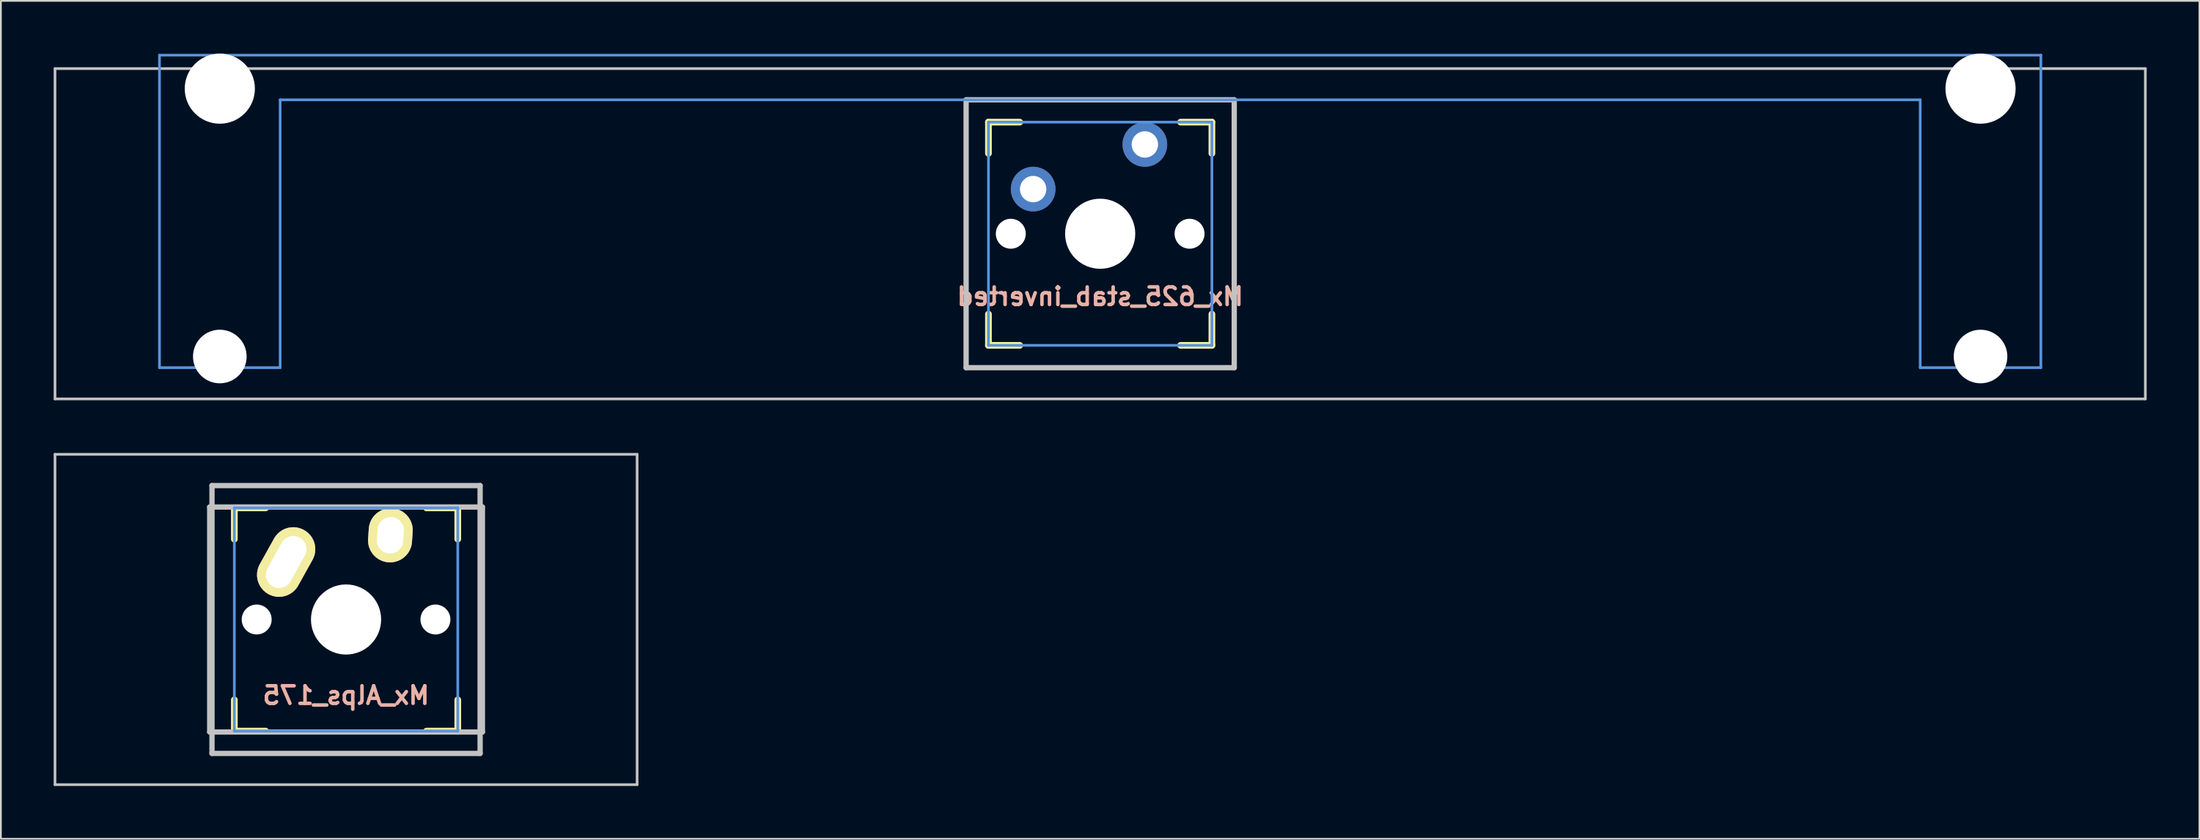
<source format=kicad_pcb>
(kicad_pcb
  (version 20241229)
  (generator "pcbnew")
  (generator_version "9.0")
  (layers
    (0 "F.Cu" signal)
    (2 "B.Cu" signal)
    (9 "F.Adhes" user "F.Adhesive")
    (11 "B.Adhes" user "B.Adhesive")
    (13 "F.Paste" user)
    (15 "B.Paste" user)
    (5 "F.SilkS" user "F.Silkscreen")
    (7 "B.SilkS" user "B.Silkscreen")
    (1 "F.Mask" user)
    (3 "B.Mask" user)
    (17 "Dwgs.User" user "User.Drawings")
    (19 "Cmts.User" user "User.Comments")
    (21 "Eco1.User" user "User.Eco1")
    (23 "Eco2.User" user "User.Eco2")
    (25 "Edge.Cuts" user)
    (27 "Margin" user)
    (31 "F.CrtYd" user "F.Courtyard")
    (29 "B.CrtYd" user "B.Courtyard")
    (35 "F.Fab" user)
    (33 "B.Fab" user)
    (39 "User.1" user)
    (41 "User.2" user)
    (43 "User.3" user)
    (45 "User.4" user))
  (footprint "Mx_Alps_175"
    (layer "F.Cu")
    (at 16.619 32.197)
    (property "Reference" "Mx_Alps_175" (at 0 4.318 0) (layer "B.SilkS") (effects (font (size 1 1) (thickness 0.2)) (justify mirror)))
    (attr through_hole)
    (fp_line (start -6.35 -6.35) (end -4.572 -6.35) (stroke (width 0.381) (type solid)) (layer "F.SilkS"))
    (fp_line (start -6.35 -4.572) (end -6.35 -6.35) (stroke (width 0.381) (type solid)) (layer "F.SilkS"))
    (fp_line (start -6.35 6.35) (end -6.35 4.572) (stroke (width 0.381) (type solid)) (layer "F.SilkS"))
    (fp_line (start -4.572 6.35) (end -6.35 6.35) (stroke (width 0.381) (type solid)) (layer "F.SilkS"))
    (fp_line (start 4.572 -6.35) (end 6.35 -6.35) (stroke (width 0.381) (type solid)) (layer "F.SilkS"))
    (fp_line (start 6.35 -6.35) (end 6.35 -4.572) (stroke (width 0.381) (type solid)) (layer "F.SilkS"))
    (fp_line (start 6.35 4.572) (end 6.35 6.35) (stroke (width 0.381) (type solid)) (layer "F.SilkS"))
    (fp_line (start 6.35 6.35) (end 4.572 6.35) (stroke (width 0.381) (type solid)) (layer "F.SilkS"))
    (fp_line (start -16.543 -9.398) (end 16.543 -9.398) (stroke (width 0.152) (type solid)) (layer "Dwgs.User"))
    (fp_line (start -16.543 9.398) (end -16.543 -9.398) (stroke (width 0.152) (type solid)) (layer "Dwgs.User"))
    (fp_line (start -7.75 6.4) (end -7.75 -6.4) (stroke (width 0.3) (type solid)) (layer "Dwgs.User"))
    (fp_line (start -7.75 6.4) (end 7.75 6.4) (stroke (width 0.3) (type solid)) (layer "Dwgs.User"))
    (fp_line (start -7.62 -7.62) (end 7.62 -7.62) (stroke (width 0.3) (type solid)) (layer "Dwgs.User"))
    (fp_line (start -7.62 7.62) (end -7.62 -7.62) (stroke (width 0.3) (type solid)) (layer "Dwgs.User"))
    (fp_line (start 7.62 -7.62) (end 7.62 7.62) (stroke (width 0.3) (type solid)) (layer "Dwgs.User"))
    (fp_line (start 7.62 7.62) (end -7.62 7.62) (stroke (width 0.3) (type solid)) (layer "Dwgs.User"))
    (fp_line (start 7.75 -6.4) (end -7.75 -6.4) (stroke (width 0.3) (type solid)) (layer "Dwgs.User"))
    (fp_line (start 7.75 6.4) (end 7.75 -6.4) (stroke (width 0.3) (type solid)) (layer "Dwgs.User"))
    (fp_line (start 16.543 -9.398) (end 16.543 9.398) (stroke (width 0.152) (type solid)) (layer "Dwgs.User"))
    (fp_line (start 16.543 9.398) (end -16.543 9.398) (stroke (width 0.152) (type solid)) (layer "Dwgs.User"))
    (fp_line (start -6.35 -6.35) (end 6.35 -6.35) (stroke (width 0.152) (type solid)) (layer "Cmts.User"))
    (fp_line (start -6.35 6.35) (end -6.35 -6.35) (stroke (width 0.152) (type solid)) (layer "Cmts.User"))
    (fp_line (start 6.35 -6.35) (end 6.35 6.35) (stroke (width 0.152) (type solid)) (layer "Cmts.User"))
    (fp_line (start 6.35 6.35) (end -6.35 6.35) (stroke (width 0.152) (type solid)) (layer "Cmts.User"))
    (fp_line (start -6.985 -6.985) (end 6.985 -6.985) (stroke (width 0.152) (type solid)) (layer "Eco2.User"))
    (fp_line (start -6.985 6.985) (end -6.985 -6.985) (stroke (width 0.152) (type solid)) (layer "Eco2.User"))
    (fp_line (start 6.985 -6.985) (end 6.985 6.985) (stroke (width 0.152) (type solid)) (layer "Eco2.User"))
    (fp_line (start 6.985 6.985) (end -6.985 6.985) (stroke (width 0.152) (type solid)) (layer "Eco2.User"))
    (pad "" np_thru_hole circle (at -5.08 0) (size 1.702 1.702) (drill 1.702) (layers "*.Cu" "*.Mask"))
    (pad "" np_thru_hole circle (at 0 0) (size 3.988 3.988) (drill 3.988) (layers "*.Cu" "*.Mask"))
    (pad "" np_thru_hole circle (at 5.08 0) (size 1.702 1.702) (drill 1.702) (layers "*.Cu" "*.Mask"))
    (pad "1" thru_hole oval (at -3.405 -3.27 330.95) (size 2.5 4.17) (drill oval 1.5 3.17) (layers "*.Cu" "*.Mask" "F.SilkS"))
    (pad "2" thru_hole oval (at 2.52 -4.79 356.1) (size 2.5 3.08) (drill oval 1.5 2.08) (layers "*.Cu" "*.Mask" "F.SilkS")))
  (footprint "Mx_625_stab_inverted"
    (layer "F.Cu")
    (at 59.482 10.249)
    (property "Reference" "Mx_625_stab_inverted" (at 0 3.572 180) (layer "B.SilkS") (effects (font (size 1 1) (thickness 0.2)) (justify mirror)))
    (attr through_hole)
    (fp_line (start -6.35 -6.35) (end -4.572 -6.35) (stroke (width 0.381) (type solid)) (layer "F.SilkS"))
    (fp_line (start -6.35 -4.572) (end -6.35 -6.35) (stroke (width 0.381) (type solid)) (layer "F.SilkS"))
    (fp_line (start -6.35 6.35) (end -6.35 4.572) (stroke (width 0.381) (type solid)) (layer "F.SilkS"))
    (fp_line (start -4.572 6.35) (end -6.35 6.35) (stroke (width 0.381) (type solid)) (layer "F.SilkS"))
    (fp_line (start 4.572 -6.35) (end 6.35 -6.35) (stroke (width 0.381) (type solid)) (layer "F.SilkS"))
    (fp_line (start 6.35 -6.35) (end 6.35 -4.572) (stroke (width 0.381) (type solid)) (layer "F.SilkS"))
    (fp_line (start 6.35 4.572) (end 6.35 6.35) (stroke (width 0.381) (type solid)) (layer "F.SilkS"))
    (fp_line (start 6.35 6.35) (end 4.572 6.35) (stroke (width 0.381) (type solid)) (layer "F.SilkS"))
    (fp_line (start -59.406 -9.398) (end 59.406 -9.398) (stroke (width 0.152) (type solid)) (layer "Dwgs.User"))
    (fp_line (start -59.406 9.398) (end -59.406 -9.398) (stroke (width 0.152) (type solid)) (layer "Dwgs.User"))
    (fp_line (start -7.62 -7.62) (end 7.62 -7.62) (stroke (width 0.3) (type solid)) (layer "Dwgs.User"))
    (fp_line (start -7.62 7.62) (end -7.62 -7.62) (stroke (width 0.3) (type solid)) (layer "Dwgs.User"))
    (fp_line (start 7.62 -7.62) (end 7.62 7.62) (stroke (width 0.3) (type solid)) (layer "Dwgs.User"))
    (fp_line (start 7.62 7.62) (end -7.62 7.62) (stroke (width 0.3) (type solid)) (layer "Dwgs.User"))
    (fp_line (start 59.406 -9.398) (end 59.406 9.398) (stroke (width 0.152) (type solid)) (layer "Dwgs.User"))
    (fp_line (start 59.406 9.398) (end -59.406 9.398) (stroke (width 0.152) (type solid)) (layer "Dwgs.User"))
    (fp_line (start -53.467 -10.16) (end -53.467 7.62) (stroke (width 0.152) (type solid)) (layer "Cmts.User"))
    (fp_line (start -53.467 7.62) (end -46.609 7.62) (stroke (width 0.152) (type solid)) (layer "Cmts.User"))
    (fp_line (start -46.609 -7.62) (end 46.609 -7.62) (stroke (width 0.152) (type solid)) (layer "Cmts.User"))
    (fp_line (start -46.609 7.62) (end -46.609 -7.62) (stroke (width 0.152) (type solid)) (layer "Cmts.User"))
    (fp_line (start -6.35 -6.35) (end 6.35 -6.35) (stroke (width 0.152) (type solid)) (layer "Cmts.User"))
    (fp_line (start -6.35 6.35) (end -6.35 -6.35) (stroke (width 0.152) (type solid)) (layer "Cmts.User"))
    (fp_line (start 6.35 -6.35) (end 6.35 6.35) (stroke (width 0.152) (type solid)) (layer "Cmts.User"))
    (fp_line (start 6.35 6.35) (end -6.35 6.35) (stroke (width 0.152) (type solid)) (layer "Cmts.User"))
    (fp_line (start 46.609 -7.62) (end 46.609 7.62) (stroke (width 0.152) (type solid)) (layer "Cmts.User"))
    (fp_line (start 46.609 7.62) (end 53.467 7.62) (stroke (width 0.152) (type solid)) (layer "Cmts.User"))
    (fp_line (start 53.467 -10.16) (end -53.467 -10.16) (stroke (width 0.152) (type solid)) (layer "Cmts.User"))
    (fp_line (start 53.467 7.62) (end 53.467 -10.16) (stroke (width 0.152) (type solid)) (layer "Cmts.User"))
    (fp_line (start -54.229 -0.508) (end -53.365 -0.508) (stroke (width 0.152) (type solid)) (layer "Eco2.User"))
    (fp_line (start -54.229 2.286) (end -54.229 -0.508) (stroke (width 0.152) (type solid)) (layer "Eco2.User"))
    (fp_line (start -53.365 -6.604) (end -52.324 -6.604) (stroke (width 0.152) (type solid)) (layer "Eco2.User"))
    (fp_line (start -53.365 -0.508) (end -53.365 -6.604) (stroke (width 0.152) (type solid)) (layer "Eco2.User"))
    (fp_line (start -53.365 2.286) (end -54.229 2.286) (stroke (width 0.152) (type solid)) (layer "Eco2.User"))
    (fp_line (start -53.365 5.69) (end -53.365 2.286) (stroke (width 0.152) (type solid)) (layer "Eco2.User"))
    (fp_line (start -52.324 -7.772) (end -47.752 -7.772) (stroke (width 0.152) (type solid)) (layer "Eco2.User"))
    (fp_line (start -52.324 -6.604) (end -52.324 -7.772) (stroke (width 0.152) (type solid)) (layer "Eco2.User"))
    (fp_line (start -47.752 -7.772) (end -47.752 -6.604) (stroke (width 0.152) (type solid)) (layer "Eco2.User"))
    (fp_line (start -47.752 -6.604) (end -46.711 -6.604) (stroke (width 0.152) (type solid)) (layer "Eco2.User"))
    (fp_line (start -46.711 -6.604) (end -46.711 -2.286) (stroke (width 0.152) (type solid)) (layer "Eco2.User"))
    (fp_line (start -46.711 -2.286) (end -6.985 -2.286) (stroke (width 0.152) (type solid)) (layer "Eco2.User"))
    (fp_line (start -46.711 2.286) (end -46.711 5.69) (stroke (width 0.152) (type solid)) (layer "Eco2.User"))
    (fp_line (start -46.711 5.69) (end -53.365 5.69) (stroke (width 0.152) (type solid)) (layer "Eco2.User"))
    (fp_line (start -6.985 -6.985) (end 6.985 -6.985) (stroke (width 0.152) (type solid)) (layer "Eco2.User"))
    (fp_line (start -6.985 -2.286) (end -6.985 -6.985) (stroke (width 0.152) (type solid)) (layer "Eco2.User"))
    (fp_line (start -6.985 2.286) (end -46.711 2.286) (stroke (width 0.152) (type solid)) (layer "Eco2.User"))
    (fp_line (start -6.985 6.985) (end -6.985 2.286) (stroke (width 0.152) (type solid)) (layer "Eco2.User"))
    (fp_line (start 6.985 -6.985) (end 6.985 -2.286) (stroke (width 0.152) (type solid)) (layer "Eco2.User"))
    (fp_line (start 6.985 -2.286) (end 46.711 -2.286) (stroke (width 0.152) (type solid)) (layer "Eco2.User"))
    (fp_line (start 6.985 2.286) (end 6.985 6.985) (stroke (width 0.152) (type solid)) (layer "Eco2.User"))
    (fp_line (start 6.985 6.985) (end -6.985 6.985) (stroke (width 0.152) (type solid)) (layer "Eco2.User"))
    (fp_line (start 46.711 -6.604) (end 47.752 -6.604) (stroke (width 0.152) (type solid)) (layer "Eco2.User"))
    (fp_line (start 46.711 -2.286) (end 46.711 -6.604) (stroke (width 0.152) (type solid)) (layer "Eco2.User"))
    (fp_line (start 46.711 2.286) (end 6.985 2.286) (stroke (width 0.152) (type solid)) (layer "Eco2.User"))
    (fp_line (start 46.711 5.69) (end 46.711 2.286) (stroke (width 0.152) (type solid)) (layer "Eco2.User"))
    (fp_line (start 47.752 -7.772) (end 52.324 -7.772) (stroke (width 0.152) (type solid)) (layer "Eco2.User"))
    (fp_line (start 47.752 -6.604) (end 47.752 -7.772) (stroke (width 0.152) (type solid)) (layer "Eco2.User"))
    (fp_line (start 52.324 -7.772) (end 52.324 -6.604) (stroke (width 0.152) (type solid)) (layer "Eco2.User"))
    (fp_line (start 52.324 -6.604) (end 53.365 -6.604) (stroke (width 0.152) (type solid)) (layer "Eco2.User"))
    (fp_line (start 53.365 -6.604) (end 53.365 -0.508) (stroke (width 0.152) (type solid)) (layer "Eco2.User"))
    (fp_line (start 53.365 -0.508) (end 54.229 -0.508) (stroke (width 0.152) (type solid)) (layer "Eco2.User"))
    (fp_line (start 53.365 2.286) (end 53.365 5.69) (stroke (width 0.152) (type solid)) (layer "Eco2.User"))
    (fp_line (start 53.365 5.69) (end 46.711 5.69) (stroke (width 0.152) (type solid)) (layer "Eco2.User"))
    (fp_line (start 54.229 -0.508) (end 54.229 2.286) (stroke (width 0.152) (type solid)) (layer "Eco2.User"))
    (fp_line (start 54.229 2.286) (end 53.365 2.286) (stroke (width 0.152) (type solid)) (layer "Eco2.User"))
    (pad "" np_thru_hole circle (at -50.038 -8.255 180) (size 3.988 3.988) (drill 3.988) (layers "*.Cu" "*.Mask"))
    (pad "" np_thru_hole circle (at -50.038 6.985 180) (size 3.048 3.048) (drill 3.048) (layers "*.Cu" "*.Mask"))
    (pad "" np_thru_hole circle (at -5.08 0) (size 1.702 1.702) (drill 1.702) (layers "*.Cu" "*.Mask"))
    (pad "" np_thru_hole circle (at 0 0) (size 3.988 3.988) (drill 3.988) (layers "*.Cu" "*.Mask"))
    (pad "" np_thru_hole circle (at 5.08 0) (size 1.702 1.702) (drill 1.702) (layers "*.Cu" "*.Mask"))
    (pad "" np_thru_hole circle (at 50.038 -8.255 180) (size 3.988 3.988) (drill 3.988) (layers "*.Cu" "*.Mask"))
    (pad "" np_thru_hole circle (at 50.038 6.985 180) (size 3.048 3.048) (drill 3.048) (layers "*.Cu" "*.Mask"))
    (pad "1" thru_hole circle (at 2.54 -5.08) (size 2.54 2.54) (drill 1.5) (layers "*.Cu" "*.Mask"))
    (pad "2" thru_hole circle (at -3.81 -2.54) (size 2.54 2.54) (drill 1.5) (layers "*.Cu" "*.Mask")))
  (gr_rect
    (start -3 -3)
    (end 121.963 44.672)
    (stroke (width 0.1) (type default))
    (fill no)
    (layer "Edge.Cuts")))
</source>
